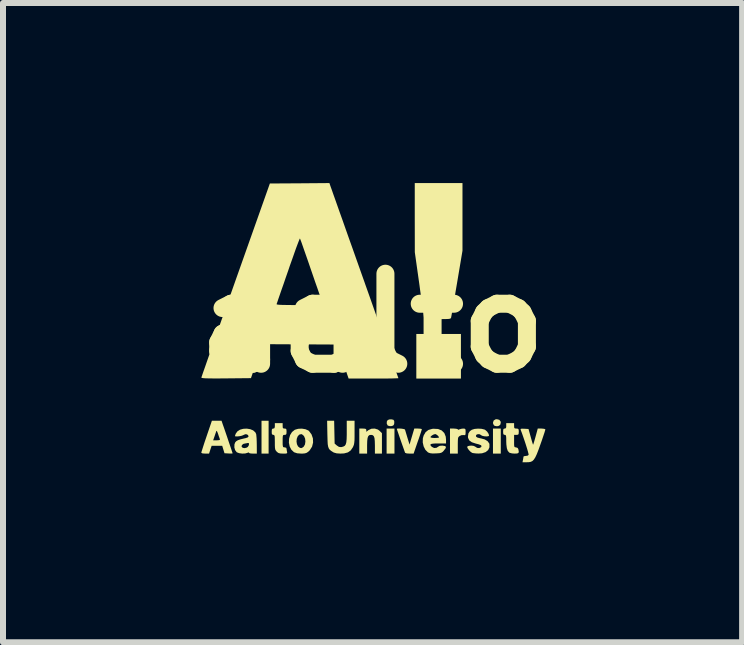
<source format=kicad_pcb>
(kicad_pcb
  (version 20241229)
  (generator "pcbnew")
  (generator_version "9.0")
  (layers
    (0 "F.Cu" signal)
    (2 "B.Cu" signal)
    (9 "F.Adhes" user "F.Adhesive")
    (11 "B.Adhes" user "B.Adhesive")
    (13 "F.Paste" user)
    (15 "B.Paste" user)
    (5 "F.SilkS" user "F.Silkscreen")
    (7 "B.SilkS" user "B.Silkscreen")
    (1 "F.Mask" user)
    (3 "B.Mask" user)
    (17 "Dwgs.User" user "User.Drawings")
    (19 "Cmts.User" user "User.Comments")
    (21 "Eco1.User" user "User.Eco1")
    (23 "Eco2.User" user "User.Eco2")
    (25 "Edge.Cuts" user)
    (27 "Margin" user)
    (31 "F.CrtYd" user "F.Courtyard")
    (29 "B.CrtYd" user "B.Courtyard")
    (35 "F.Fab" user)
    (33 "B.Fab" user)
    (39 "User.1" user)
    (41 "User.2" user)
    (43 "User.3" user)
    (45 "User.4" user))
  (footprint "aalto"
    (layer "F.Cu")
    (at 3.157 2.332)
    (property "Reference" "aalto" (at 0 0 0) (layer "F.SilkS") (effects (font (size 1.5 1.5) (thickness 0.3))))
    (attr board_only exclude_from_pos_files exclude_from_bom)
    (fp_poly (pts (xy -1.732 1.902) (xy -1.732 2.175) (xy -1.791 2.175) (xy -1.85 2.175) (xy -1.85 1.902) (xy -1.85 1.628) (xy -1.791 1.628) (xy -1.732 1.628)) (stroke (width 0) (type solid)) (fill yes) (layer "F.SilkS"))
    (fp_poly (pts (xy 0.365 1.967) (xy 0.365 2.175) (xy 0.3 2.175) (xy 0.234 2.175) (xy 0.234 1.967) (xy 0.234 1.758) (xy 0.3 1.758) (xy 0.365 1.758)) (stroke (width 0) (type solid)) (fill yes) (layer "F.SilkS"))
    (fp_poly (pts (xy 1.472 0.554) (xy 1.472 0.925) (xy 1.101 0.925) (xy 0.729 0.925) (xy 0.729 0.554) (xy 0.729 0.182) (xy 1.101 0.182) (xy 1.472 0.182)) (stroke (width 0) (type solid)) (fill yes) (layer "F.SilkS"))
    (fp_poly (pts (xy 2.136 1.967) (xy 2.136 2.175) (xy 2.071 2.175) (xy 2.006 2.175) (xy 2.006 1.967) (xy 2.006 1.758) (xy 2.071 1.758) (xy 2.136 1.758)) (stroke (width 0) (type solid)) (fill yes) (layer "F.SilkS"))
    (fp_poly (pts (xy 2.111 1.612) (xy 2.133 1.639) (xy 2.136 1.661) (xy 2.126 1.697) (xy 2.096 1.716) (xy 2.071 1.719) (xy 2.039 1.714) (xy 2.022 1.704) (xy 2.009 1.678) (xy 2.006 1.661) (xy 2.017 1.625) (xy 2.047 1.605) (xy 2.071 1.602)) (stroke (width 0) (type solid)) (fill yes) (layer "F.SilkS"))
    (fp_poly (pts (xy 0.315 1.605) (xy 0.346 1.611) (xy 0.359 1.628) (xy 0.362 1.645) (xy 0.36 1.679) (xy 0.351 1.701) (xy 0.324 1.716) (xy 0.288 1.718) (xy 0.256 1.709) (xy 0.25 1.704) (xy 0.236 1.674) (xy 0.238 1.639) (xy 0.253 1.616) (xy 0.279 1.606) (xy 0.314 1.604)) (stroke (width 0) (type solid)) (fill yes) (layer "F.SilkS"))
    (fp_poly (pts (xy 1.392 1.761) (xy 1.416 1.767) (xy 1.42 1.772) (xy 1.428 1.779) (xy 1.445 1.772) (xy 1.477 1.762) (xy 1.51 1.758) (xy 1.535 1.76) (xy 1.547 1.77) (xy 1.55 1.795) (xy 1.55 1.815) (xy 1.549 1.85) (xy 1.543 1.866) (xy 1.528 1.868) (xy 1.518 1.866) (xy 1.482 1.868) (xy 1.452 1.881) (xy 1.438 1.892) (xy 1.428 1.905) (xy 1.423 1.926) (xy 1.421 1.961) (xy 1.42 2.013) (xy 1.42 2.039) (xy 1.42 2.175) (xy 1.355 2.175) (xy 1.29 2.175) (xy 1.29 1.967) (xy 1.29 1.758) (xy 1.355 1.758)) (stroke (width 0) (type solid)) (fill yes) (layer "F.SilkS"))
    (fp_poly (pts (xy 0.09 1.775) (xy 0.118 1.797) (xy 0.156 1.835) (xy 0.156 2.005) (xy 0.156 2.175) (xy 0.098 2.175) (xy 0.039 2.175) (xy 0.039 2.039) (xy 0.037 1.967) (xy 0.032 1.916) (xy 0.02 1.884) (xy 0.002 1.868) (xy -0.024 1.863) (xy -0.026 1.863) (xy -0.053 1.867) (xy -0.071 1.883) (xy -0.083 1.914) (xy -0.089 1.963) (xy -0.091 2.035) (xy -0.091 2.039) (xy -0.091 2.175) (xy -0.156 2.175) (xy -0.221 2.175) (xy -0.221 1.967) (xy -0.221 1.758) (xy -0.163 1.758) (xy -0.126 1.76) (xy -0.109 1.767) (xy -0.104 1.782) (xy -0.104 1.785) (xy -0.104 1.812) (xy -0.07 1.785) (xy -0.02 1.761) (xy 0.036 1.758)) (stroke (width 0) (type solid)) (fill yes) (layer "F.SilkS"))
    (fp_poly (pts (xy 0.478 1.759) (xy 0.512 1.764) (xy 0.535 1.771) (xy 0.54 1.775) (xy 0.546 1.794) (xy 0.557 1.831) (xy 0.572 1.881) (xy 0.58 1.908) (xy 0.616 2.025) (xy 0.655 1.892) (xy 0.695 1.758) (xy 0.758 1.758) (xy 0.794 1.76) (xy 0.817 1.765) (xy 0.821 1.768) (xy 0.817 1.783) (xy 0.806 1.819) (xy 0.789 1.87) (xy 0.768 1.932) (xy 0.752 1.977) (xy 0.684 2.175) (xy 0.615 2.175) (xy 0.569 2.172) (xy 0.544 2.163) (xy 0.541 2.159) (xy 0.514 2.083) (xy 0.487 2.007) (xy 0.462 1.935) (xy 0.44 1.87) (xy 0.422 1.818) (xy 0.409 1.781) (xy 0.404 1.764) (xy 0.404 1.763) (xy 0.415 1.758) (xy 0.443 1.757)) (stroke (width 0) (type solid)) (fill yes) (layer "F.SilkS"))
    (fp_poly (pts (xy 1.498 -1.768) (xy 1.498 -1.205) (xy 1.406 -0.658) (xy 1.386 -0.541) (xy 1.368 -0.432) (xy 1.351 -0.333) (xy 1.336 -0.247) (xy 1.324 -0.176) (xy 1.315 -0.125) (xy 1.309 -0.094) (xy 1.308 -0.088) (xy 1.303 -0.08) (xy 1.292 -0.073) (xy 1.271 -0.069) (xy 1.237 -0.067) (xy 1.186 -0.066) (xy 1.113 -0.065) (xy 1.08 -0.065) (xy 1.008 -0.065) (xy 0.945 -0.066) (xy 0.897 -0.067) (xy 0.867 -0.069) (xy 0.86 -0.07) (xy 0.858 -0.084) (xy 0.853 -0.121) (xy 0.845 -0.178) (xy 0.834 -0.253) (xy 0.822 -0.343) (xy 0.807 -0.445) (xy 0.791 -0.558) (xy 0.782 -0.627) (xy 0.704 -1.179) (xy 0.703 -1.755) (xy 0.703 -2.332) (xy 1.101 -2.332) (xy 1.498 -2.332)) (stroke (width 0) (type solid)) (fill yes) (layer "F.SilkS"))
    (fp_poly (pts (xy -0.636 1.818) (xy -0.632 2.008) (xy -0.594 2.041) (xy -0.56 2.063) (xy -0.527 2.067) (xy -0.516 2.066) (xy -0.485 2.057) (xy -0.462 2.044) (xy -0.447 2.021) (xy -0.437 1.985) (xy -0.432 1.933) (xy -0.43 1.86) (xy -0.43 1.816) (xy -0.43 1.628) (xy -0.365 1.628) (xy -0.3 1.628) (xy -0.3 1.821) (xy -0.3 1.898) (xy -0.301 1.953) (xy -0.305 1.994) (xy -0.31 2.024) (xy -0.319 2.049) (xy -0.329 2.071) (xy -0.364 2.122) (xy -0.411 2.155) (xy -0.474 2.172) (xy -0.534 2.175) (xy -0.598 2.171) (xy -0.644 2.158) (xy -0.658 2.151) (xy -0.689 2.131) (xy -0.713 2.111) (xy -0.729 2.089) (xy -0.74 2.059) (xy -0.747 2.018) (xy -0.75 1.96) (xy -0.752 1.882) (xy -0.753 1.848) (xy -0.757 1.628) (xy -0.699 1.628) (xy -0.64 1.628)) (stroke (width 0) (type solid)) (fill yes) (layer "F.SilkS"))
    (fp_poly (pts (xy -1.118 1.769) (xy -1.07 1.79) (xy -1.06 1.798) (xy -1.017 1.855) (xy -0.994 1.921) (xy -0.991 1.991) (xy -1.008 2.059) (xy -1.046 2.119) (xy -1.067 2.14) (xy -1.096 2.161) (xy -1.126 2.171) (xy -1.167 2.175) (xy -1.19 2.175) (xy -1.256 2.17) (xy -1.304 2.154) (xy -1.31 2.151) (xy -1.353 2.11) (xy -1.381 2.056) (xy -1.394 1.993) (xy -1.393 1.974) (xy -1.267 1.974) (xy -1.26 2.018) (xy -1.242 2.055) (xy -1.213 2.078) (xy -1.189 2.084) (xy -1.168 2.075) (xy -1.146 2.058) (xy -1.126 2.022) (xy -1.119 1.974) (xy -1.124 1.925) (xy -1.142 1.884) (xy -1.147 1.878) (xy -1.17 1.858) (xy -1.187 1.85) (xy -1.223 1.86) (xy -1.248 1.889) (xy -1.263 1.929) (xy -1.267 1.974) (xy -1.393 1.974) (xy -1.391 1.928) (xy -1.374 1.867) (xy -1.342 1.815) (xy -1.296 1.779) (xy -1.295 1.778) (xy -1.24 1.762) (xy -1.178 1.759)) (stroke (width 0) (type solid)) (fill yes) (layer "F.SilkS"))
    (fp_poly (pts (xy 2.358 1.713) (xy 2.36 1.744) (xy 2.371 1.756) (xy 2.397 1.758) (xy 2.422 1.761) (xy 2.433 1.772) (xy 2.436 1.799) (xy 2.436 1.811) (xy 2.434 1.844) (xy 2.426 1.859) (xy 2.405 1.863) (xy 2.397 1.863) (xy 2.358 1.863) (xy 2.358 1.967) (xy 2.358 2.019) (xy 2.36 2.05) (xy 2.366 2.065) (xy 2.376 2.07) (xy 2.389 2.071) (xy 2.417 2.081) (xy 2.428 2.1) (xy 2.436 2.141) (xy 2.431 2.164) (xy 2.409 2.173) (xy 2.367 2.175) (xy 2.324 2.172) (xy 2.289 2.163) (xy 2.277 2.158) (xy 2.252 2.129) (xy 2.237 2.085) (xy 2.229 2.022) (xy 2.227 1.966) (xy 2.227 1.914) (xy 2.224 1.883) (xy 2.218 1.868) (xy 2.208 1.863) (xy 2.201 1.863) (xy 2.184 1.858) (xy 2.177 1.841) (xy 2.175 1.811) (xy 2.177 1.776) (xy 2.186 1.761) (xy 2.201 1.758) (xy 2.219 1.753) (xy 2.227 1.733) (xy 2.227 1.713) (xy 2.227 1.667) (xy 2.293 1.667) (xy 2.358 1.667)) (stroke (width 0) (type solid)) (fill yes) (layer "F.SilkS"))
    (fp_poly (pts (xy -2.495 1.69) (xy -2.473 1.752) (xy -2.449 1.822) (xy -2.424 1.895) (xy -2.4 1.967) (xy -2.377 2.035) (xy -2.357 2.093) (xy -2.342 2.138) (xy -2.333 2.165) (xy -2.332 2.171) (xy -2.343 2.174) (xy -2.373 2.174) (xy -2.399 2.173) (xy -2.467 2.169) (xy -2.486 2.107) (xy -2.505 2.045) (xy -2.593 2.045) (xy -2.681 2.045) (xy -2.703 2.11) (xy -2.724 2.175) (xy -2.789 2.175) (xy -2.833 2.172) (xy -2.852 2.163) (xy -2.853 2.159) (xy -2.849 2.142) (xy -2.837 2.105) (xy -2.82 2.051) (xy -2.798 1.983) (xy -2.788 1.954) (xy -2.656 1.954) (xy -2.597 1.954) (xy -2.558 1.951) (xy -2.543 1.944) (xy -2.543 1.938) (xy -2.55 1.917) (xy -2.563 1.881) (xy -2.573 1.85) (xy -2.586 1.815) (xy -2.597 1.796) (xy -2.603 1.798) (xy -2.61 1.82) (xy -2.623 1.858) (xy -2.632 1.885) (xy -2.656 1.954) (xy -2.788 1.954) (xy -2.772 1.907) (xy -2.765 1.886) (xy -2.677 1.628) (xy -2.597 1.628) (xy -2.516 1.628)) (stroke (width 0) (type solid)) (fill yes) (layer "F.SilkS"))
    (fp_poly (pts (xy 2.858 1.762) (xy 2.877 1.77) (xy 2.879 1.774) (xy 2.874 1.791) (xy 2.863 1.828) (xy 2.845 1.881) (xy 2.823 1.947) (xy 2.798 2.018) (xy 2.764 2.113) (xy 2.736 2.185) (xy 2.711 2.238) (xy 2.687 2.275) (xy 2.663 2.299) (xy 2.636 2.312) (xy 2.604 2.318) (xy 2.572 2.319) (xy 2.498 2.319) (xy 2.506 2.278) (xy 2.512 2.246) (xy 2.514 2.226) (xy 2.514 2.226) (xy 2.525 2.218) (xy 2.553 2.214) (xy 2.553 2.214) (xy 2.584 2.209) (xy 2.6 2.196) (xy 2.598 2.179) (xy 2.589 2.143) (xy 2.574 2.091) (xy 2.555 2.03) (xy 2.533 1.963) (xy 2.51 1.896) (xy 2.488 1.833) (xy 2.468 1.781) (xy 2.465 1.767) (xy 2.474 1.761) (xy 2.501 1.76) (xy 2.528 1.761) (xy 2.598 1.765) (xy 2.634 1.894) (xy 2.649 1.948) (xy 2.662 1.992) (xy 2.671 2.02) (xy 2.674 2.027) (xy 2.679 2.017) (xy 2.689 1.986) (xy 2.702 1.941) (xy 2.715 1.895) (xy 2.752 1.758) (xy 2.816 1.758)) (stroke (width 0) (type solid)) (fill yes) (layer "F.SilkS"))
    (fp_poly (pts (xy -1.498 1.713) (xy -1.496 1.744) (xy -1.485 1.756) (xy -1.465 1.758) (xy -1.444 1.761) (xy -1.435 1.775) (xy -1.433 1.806) (xy -1.433 1.811) (xy -1.435 1.844) (xy -1.443 1.859) (xy -1.463 1.863) (xy -1.465 1.863) (xy -1.482 1.864) (xy -1.491 1.871) (xy -1.496 1.889) (xy -1.498 1.923) (xy -1.498 1.967) (xy -1.498 2.019) (xy -1.495 2.049) (xy -1.49 2.065) (xy -1.479 2.07) (xy -1.465 2.071) (xy -1.439 2.078) (xy -1.433 2.094) (xy -1.429 2.125) (xy -1.425 2.146) (xy -1.422 2.163) (xy -1.429 2.171) (xy -1.451 2.175) (xy -1.491 2.175) (xy -1.537 2.173) (xy -1.568 2.165) (xy -1.593 2.147) (xy -1.596 2.143) (xy -1.611 2.126) (xy -1.621 2.107) (xy -1.626 2.08) (xy -1.628 2.039) (xy -1.628 1.987) (xy -1.629 1.929) (xy -1.63 1.893) (xy -1.635 1.873) (xy -1.643 1.864) (xy -1.654 1.863) (xy -1.671 1.858) (xy -1.679 1.841) (xy -1.68 1.811) (xy -1.678 1.776) (xy -1.669 1.761) (xy -1.654 1.758) (xy -1.636 1.753) (xy -1.629 1.733) (xy -1.628 1.713) (xy -1.628 1.667) (xy -1.563 1.667) (xy -1.498 1.667)) (stroke (width 0) (type solid)) (fill yes) (layer "F.SilkS"))
    (fp_poly (pts (xy 1.091 1.765) (xy 1.151 1.789) (xy 1.195 1.832) (xy 1.219 1.892) (xy 1.224 1.944) (xy 1.224 2.006) (xy 1.094 2.006) (xy 1.028 2.007) (xy 0.985 2.012) (xy 0.965 2.021) (xy 0.964 2.036) (xy 0.982 2.057) (xy 0.988 2.063) (xy 1.026 2.082) (xy 1.066 2.078) (xy 1.091 2.061) (xy 1.12 2.045) (xy 1.165 2.042) (xy 1.169 2.043) (xy 1.207 2.049) (xy 1.223 2.064) (xy 1.216 2.088) (xy 1.187 2.125) (xy 1.187 2.126) (xy 1.165 2.148) (xy 1.144 2.161) (xy 1.115 2.168) (xy 1.071 2.171) (xy 1.053 2.172) (xy 0.996 2.173) (xy 0.957 2.168) (xy 0.928 2.157) (xy 0.921 2.153) (xy 0.88 2.112) (xy 0.851 2.055) (xy 0.836 1.989) (xy 0.838 1.922) (xy 0.843 1.902) (xy 0.964 1.902) (xy 0.976 1.909) (xy 1.006 1.914) (xy 1.036 1.915) (xy 1.075 1.913) (xy 1.101 1.91) (xy 1.107 1.906) (xy 1.097 1.886) (xy 1.074 1.864) (xy 1.05 1.851) (xy 1.043 1.85) (xy 1.017 1.857) (xy 0.989 1.873) (xy 0.968 1.892) (xy 0.964 1.902) (xy 0.843 1.902) (xy 0.852 1.872) (xy 0.885 1.816) (xy 0.931 1.781) (xy 0.994 1.763) (xy 1.014 1.761)) (stroke (width 0) (type solid)) (fill yes) (layer "F.SilkS"))
    (fp_poly (pts (xy 1.815 1.762) (xy 1.864 1.774) (xy 1.876 1.78) (xy 1.909 1.809) (xy 1.933 1.846) (xy 1.941 1.876) (xy 1.93 1.885) (xy 1.902 1.889) (xy 1.867 1.887) (xy 1.835 1.881) (xy 1.812 1.871) (xy 1.811 1.869) (xy 1.785 1.853) (xy 1.755 1.851) (xy 1.73 1.861) (xy 1.724 1.87) (xy 1.724 1.892) (xy 1.747 1.908) (xy 1.793 1.92) (xy 1.806 1.922) (xy 1.869 1.939) (xy 1.916 1.968) (xy 1.943 2.005) (xy 1.947 2.016) (xy 1.947 2.071) (xy 1.926 2.116) (xy 1.884 2.15) (xy 1.824 2.17) (xy 1.765 2.174) (xy 1.718 2.172) (xy 1.678 2.167) (xy 1.659 2.163) (xy 1.632 2.144) (xy 1.604 2.115) (xy 1.583 2.084) (xy 1.576 2.064) (xy 1.587 2.051) (xy 1.615 2.044) (xy 1.651 2.042) (xy 1.685 2.047) (xy 1.71 2.059) (xy 1.713 2.061) (xy 1.742 2.08) (xy 1.777 2.083) (xy 1.807 2.069) (xy 1.809 2.066) (xy 1.816 2.049) (xy 1.804 2.034) (xy 1.77 2.021) (xy 1.72 2.008) (xy 1.654 1.986) (xy 1.611 1.955) (xy 1.591 1.913) (xy 1.589 1.892) (xy 1.597 1.838) (xy 1.623 1.799) (xy 1.654 1.778) (xy 1.699 1.764) (xy 1.757 1.759)) (stroke (width 0) (type solid)) (fill yes) (layer "F.SilkS"))
    (fp_poly (pts (xy -2.039 1.768) (xy -1.99 1.788) (xy -1.953 1.821) (xy -1.939 1.85) (xy -1.936 1.876) (xy -1.932 1.921) (xy -1.93 1.978) (xy -1.929 2.029) (xy -1.928 2.175) (xy -1.993 2.175) (xy -2.03 2.173) (xy -2.054 2.167) (xy -2.058 2.162) (xy -2.066 2.155) (xy -2.083 2.162) (xy -2.122 2.173) (xy -2.172 2.175) (xy -2.222 2.168) (xy -2.26 2.154) (xy -2.264 2.151) (xy -2.29 2.117) (xy -2.303 2.07) (xy -2.302 2.058) (xy -2.182 2.058) (xy -2.181 2.062) (xy -2.162 2.079) (xy -2.131 2.084) (xy -2.098 2.076) (xy -2.079 2.064) (xy -2.063 2.039) (xy -2.058 2.015) (xy -2.064 1.999) (xy -2.079 1.998) (xy -2.111 2.005) (xy -2.122 2.006) (xy -2.154 2.014) (xy -2.177 2.034) (xy -2.182 2.058) (xy -2.302 2.058) (xy -2.301 2.021) (xy -2.288 1.987) (xy -2.27 1.968) (xy -2.243 1.952) (xy -2.202 1.938) (xy -2.141 1.923) (xy -2.117 1.918) (xy -2.079 1.905) (xy -2.065 1.887) (xy -2.076 1.866) (xy -2.088 1.858) (xy -2.111 1.851) (xy -2.14 1.86) (xy -2.151 1.866) (xy -2.178 1.877) (xy -2.215 1.885) (xy -2.251 1.889) (xy -2.28 1.889) (xy -2.292 1.884) (xy -2.293 1.883) (xy -2.288 1.868) (xy -2.28 1.844) (xy -2.252 1.805) (xy -2.209 1.777) (xy -2.155 1.762) (xy -2.096 1.759)) (stroke (width 0) (type solid)) (fill yes) (layer "F.SilkS"))
    (fp_poly (pts (xy -0.7 -2.276) (xy -0.693 -2.257) (xy -0.678 -2.215) (xy -0.656 -2.152) (xy -0.626 -2.068) (xy -0.59 -1.966) (xy -0.548 -1.847) (xy -0.5 -1.713) (xy -0.448 -1.565) (xy -0.391 -1.404) (xy -0.33 -1.233) (xy -0.266 -1.052) (xy -0.199 -0.863) (xy -0.13 -0.669) (xy -0.125 -0.654) (xy -0.056 -0.46) (xy 0.01 -0.273) (xy 0.073 -0.094) (xy 0.133 0.075) (xy 0.189 0.233) (xy 0.24 0.379) (xy 0.287 0.51) (xy 0.327 0.625) (xy 0.362 0.724) (xy 0.39 0.804) (xy 0.411 0.864) (xy 0.425 0.903) (xy 0.43 0.918) (xy 0.43 0.919) (xy 0.417 0.92) (xy 0.382 0.921) (xy 0.327 0.923) (xy 0.254 0.924) (xy 0.169 0.924) (xy 0.072 0.925) (xy 0.015 0.925) (xy -0.399 0.925) (xy -0.497 0.642) (xy -0.595 0.358) (xy -1.213 0.355) (xy -1.83 0.352) (xy -1.928 0.635) (xy -2.026 0.918) (xy -2.439 0.922) (xy -2.559 0.923) (xy -2.654 0.923) (xy -2.728 0.922) (xy -2.782 0.921) (xy -2.819 0.918) (xy -2.841 0.915) (xy -2.851 0.911) (xy -2.852 0.909) (xy -2.848 0.895) (xy -2.835 0.857) (xy -2.815 0.799) (xy -2.787 0.72) (xy -2.753 0.622) (xy -2.713 0.507) (xy -2.667 0.376) (xy -2.616 0.231) (xy -2.56 0.073) (xy -2.5 -0.097) (xy -2.437 -0.276) (xy -2.423 -0.316) (xy -1.599 -0.316) (xy -1.596 -0.311) (xy -1.58 -0.307) (xy -1.549 -0.304) (xy -1.502 -0.302) (xy -1.436 -0.301) (xy -1.349 -0.3) (xy -1.239 -0.3) (xy -1.213 -0.3) (xy -0.822 -0.3) (xy -0.898 -0.518) (xy -0.924 -0.594) (xy -0.957 -0.687) (xy -0.993 -0.792) (xy -1.031 -0.902) (xy -1.068 -1.01) (xy -1.088 -1.068) (xy -1.119 -1.156) (xy -1.147 -1.236) (xy -1.171 -1.305) (xy -1.19 -1.359) (xy -1.204 -1.395) (xy -1.21 -1.409) (xy -1.21 -1.409) (xy -1.216 -1.399) (xy -1.229 -1.367) (xy -1.249 -1.315) (xy -1.275 -1.246) (xy -1.305 -1.161) (xy -1.339 -1.064) (xy -1.377 -0.958) (xy -1.405 -0.875) (xy -1.445 -0.761) (xy -1.481 -0.655) (xy -1.515 -0.559) (xy -1.544 -0.475) (xy -1.568 -0.406) (xy -1.585 -0.355) (xy -1.596 -0.324) (xy -1.599 -0.316) (xy -2.423 -0.316) (xy -2.37 -0.464) (xy -2.301 -0.659) (xy -2.281 -0.716) (xy -1.711 -2.325) (xy -1.215 -2.328) (xy -0.719 -2.332)) (stroke (width 0) (type solid)) (fill yes) (layer "F.SilkS")))
  (gr_rect
    (start -3 -3)
    (end 9.314 7.65)
    (stroke (width 0.1) (type default))
    (fill no)
    (layer "Edge.Cuts")))
</source>
